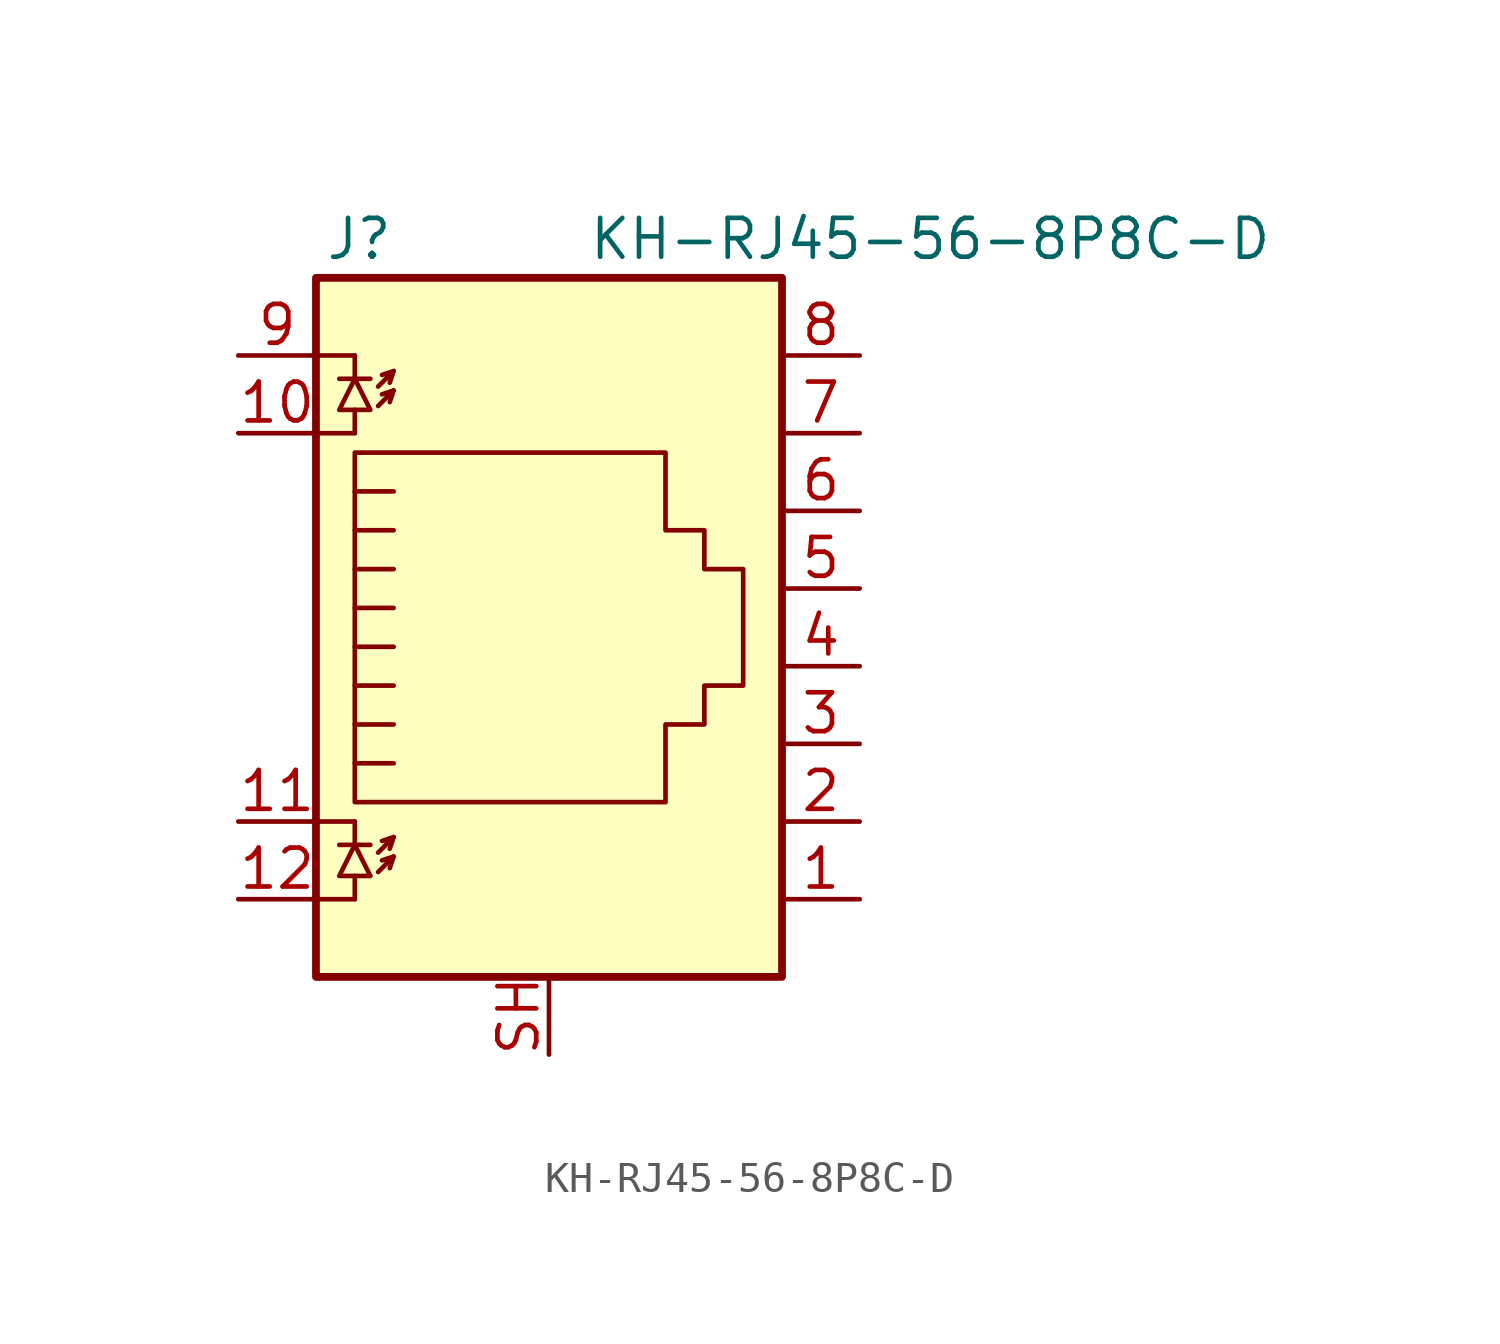
<source format=kicad_sym>
(kicad_symbol_lib
  (version 20220914)
  (generator kicad_symbol_editor)
  (symbol "KH-RJ45-56-8P8C-D"
    (pin_names
      (offset 1.016))
    (property "Reference" "J"
      (at -5.08 13.97 0)
      (effects (font (size 1.27 1.27)) (justify right)))
    (property "Value" "KH-RJ45-56-8P8C-D"
      (at 1.27 13.97 0)
      (effects (font (size 1.27 1.27)) (justify left)))
    (symbol "KH-RJ45-56-8P8C-D_0_1"
      (polyline (pts (xy -7.62 -7.62) (xy -6.35 -7.62)) (stroke (width 0) (type default)) (fill (type none)))
      (polyline (pts (xy -7.62 -5.08) (xy -6.35 -5.08)) (stroke (width 0) (type default)) (fill (type none)))
      (polyline (pts (xy -7.62 7.62) (xy -6.35 7.62)) (stroke (width 0) (type default)) (fill (type none)))
      (polyline (pts (xy -7.62 10.16) (xy -6.35 10.16)) (stroke (width 0) (type default)) (fill (type none)))
      (polyline (pts (xy -6.858 -5.842) (xy -5.842 -5.842)) (stroke (width 0) (type default)) (fill (type none)))
      (polyline (pts (xy -6.858 9.398) (xy -5.842 9.398)) (stroke (width 0) (type default)) (fill (type none)))
      (polyline (pts (xy -6.35 -7.62) (xy -6.35 -6.858)) (stroke (width 0) (type default)) (fill (type none)))
      (polyline (pts (xy -6.35 -5.08) (xy -6.35 -5.842)) (stroke (width 0) (type default)) (fill (type none)))
      (polyline (pts (xy -6.35 7.62) (xy -6.35 8.382)) (stroke (width 0) (type default)) (fill (type none)))
      (polyline (pts (xy -6.35 10.16) (xy -6.35 9.398)) (stroke (width 0) (type default)) (fill (type none)))
      (polyline (pts (xy -5.08 -6.223) (xy -5.207 -6.604)) (stroke (width 0) (type default)) (fill (type none)))
      (polyline (pts (xy -5.08 -5.588) (xy -5.207 -5.969)) (stroke (width 0) (type default)) (fill (type none)))
      (polyline (pts (xy -5.08 4.445) (xy -6.35 4.445)) (stroke (width 0) (type default)) (fill (type none)))
      (polyline (pts (xy -5.08 5.715) (xy -6.35 5.715)) (stroke (width 0) (type default)) (fill (type none)))
      (polyline (pts (xy -5.08 9.017) (xy -5.207 8.636)) (stroke (width 0) (type default)) (fill (type none)))
      (polyline (pts (xy -5.08 9.652) (xy -5.207 9.271)) (stroke (width 0) (type default)) (fill (type none)))
      (polyline (pts (xy -6.35 -3.175) (xy -5.08 -3.175) (xy -5.08 -3.175)) (stroke (width 0) (type default)) (fill (type none)))
      (polyline (pts (xy -6.35 -1.905) (xy -5.08 -1.905) (xy -5.08 -1.905)) (stroke (width 0) (type default)) (fill (type none)))
      (polyline (pts (xy -6.35 -0.635) (xy -5.08 -0.635) (xy -5.08 -0.635)) (stroke (width 0) (type default)) (fill (type none)))
      (polyline (pts (xy -6.35 0.635) (xy -5.08 0.635) (xy -5.08 0.635)) (stroke (width 0) (type default)) (fill (type none)))
      (polyline (pts (xy -6.35 1.905) (xy -5.08 1.905) (xy -5.08 1.905)) (stroke (width 0) (type default)) (fill (type none)))
      (polyline (pts (xy -5.588 -6.731) (xy -5.08 -6.223) (xy -5.461 -6.35)) (stroke (width 0) (type default)) (fill (type none)))
      (polyline (pts (xy -5.588 -6.096) (xy -5.08 -5.588) (xy -5.461 -5.715)) (stroke (width 0) (type default)) (fill (type none)))
      (polyline (pts (xy -5.588 8.509) (xy -5.08 9.017) (xy -5.461 8.89)) (stroke (width 0) (type default)) (fill (type none)))
      (polyline (pts (xy -5.588 9.144) (xy -5.08 9.652) (xy -5.461 9.525)) (stroke (width 0) (type default)) (fill (type none)))
      (polyline (pts (xy -5.08 3.175) (xy -6.35 3.175) (xy -6.35 3.175)) (stroke (width 0) (type default)) (fill (type none)))
      (polyline (pts (xy -6.35 -5.842) (xy -6.858 -6.858) (xy -5.842 -6.858) (xy -6.35 -5.842)) (stroke (width 0) (type default)) (fill (type none)))
      (polyline (pts (xy -6.35 9.398) (xy -6.858 8.382) (xy -5.842 8.382) (xy -6.35 9.398)) (stroke (width 0) (type default)) (fill (type none)))
      (polyline (pts (xy -6.35 -4.445) (xy -6.35 6.985) (xy 3.81 6.985) (xy 3.81 4.445) (xy 5.08 4.445) (xy 5.08 3.175) (xy 6.35 3.175) (xy 6.35 -0.635) (xy 5.08 -0.635) (xy 5.08 -1.905) (xy 3.81 -1.905) (xy 3.81 -4.445) (xy -6.35 -4.445) (xy -6.35 -4.445)) (stroke (width 0) (type default)) (fill (type none)))
      (rectangle (start 7.62 12.7) (end -7.62 -10.16) (stroke (width 0.254) (type default)) (fill (type background))))
    (symbol "KH-RJ45-56-8P8C-D_1_1"
      (pin passive line (at 10.16 -7.62 180) (length 2.54) (name "~" (effects (font (size 1.27 1.27)))) (number "1" (effects (font (size 1.27 1.27)))))
      (pin passive line (at -10.16 7.62 0) (length 2.54) (name "~" (effects (font (size 1.27 1.27)))) (number "10" (effects (font (size 1.27 1.27)))))
      (pin passive line (at -10.16 -5.08 0) (length 2.54) (name "~" (effects (font (size 1.27 1.27)))) (number "11" (effects (font (size 1.27 1.27)))))
      (pin passive line (at -10.16 -7.62 0) (length 2.54) (name "~" (effects (font (size 1.27 1.27)))) (number "12" (effects (font (size 1.27 1.27)))))
      (pin passive line (at 10.16 -5.08 180) (length 2.54) (name "~" (effects (font (size 1.27 1.27)))) (number "2" (effects (font (size 1.27 1.27)))))
      (pin passive line (at 10.16 -2.54 180) (length 2.54) (name "~" (effects (font (size 1.27 1.27)))) (number "3" (effects (font (size 1.27 1.27)))))
      (pin passive line (at 10.16 0 180) (length 2.54) (name "~" (effects (font (size 1.27 1.27)))) (number "4" (effects (font (size 1.27 1.27)))))
      (pin passive line (at 10.16 2.54 180) (length 2.54) (name "~" (effects (font (size 1.27 1.27)))) (number "5" (effects (font (size 1.27 1.27)))))
      (pin passive line (at 10.16 5.08 180) (length 2.54) (name "~" (effects (font (size 1.27 1.27)))) (number "6" (effects (font (size 1.27 1.27)))))
      (pin passive line (at 10.16 7.62 180) (length 2.54) (name "~" (effects (font (size 1.27 1.27)))) (number "7" (effects (font (size 1.27 1.27)))))
      (pin passive line (at 10.16 10.16 180) (length 2.54) (name "~" (effects (font (size 1.27 1.27)))) (number "8" (effects (font (size 1.27 1.27)))))
      (pin passive line (at -10.16 10.16 0) (length 2.54) (name "~" (effects (font (size 1.27 1.27)))) (number "9" (effects (font (size 1.27 1.27)))))
      (pin passive line (at 0 -12.7 90) (length 2.54) (name "~" (effects (font (size 1.27 1.27)))) (number "SH" (effects (font (size 1.27 1.27))))))))
</source>
